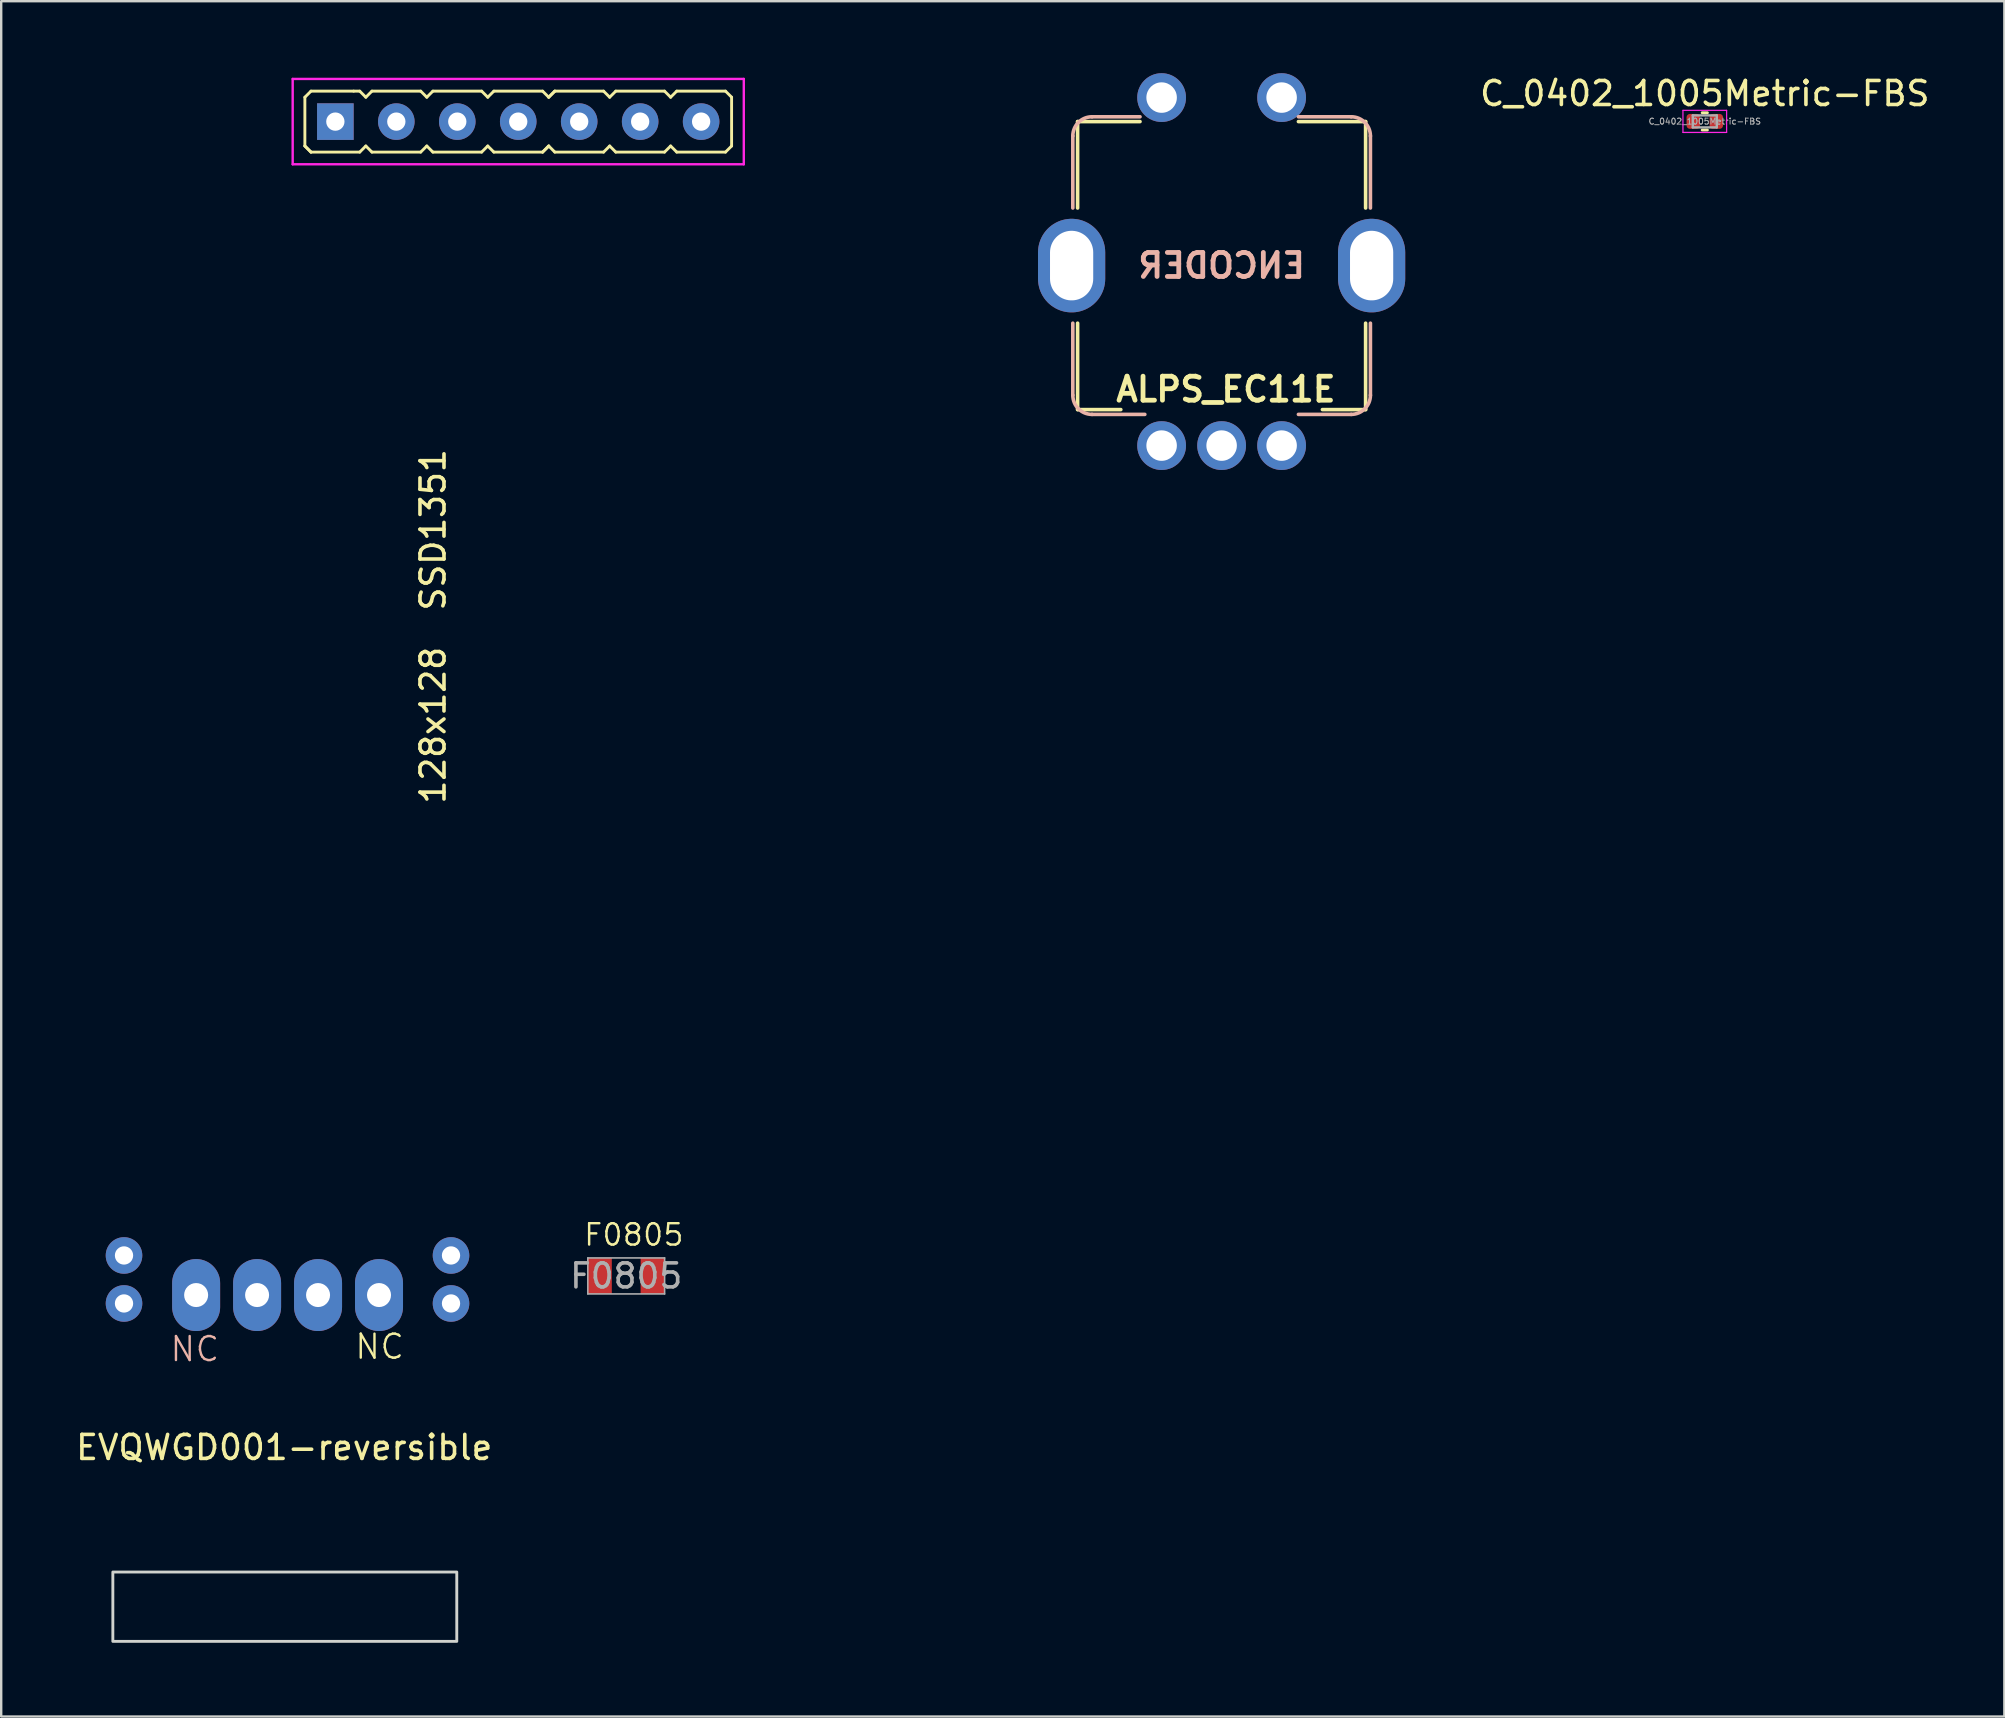
<source format=kicad_pcb>
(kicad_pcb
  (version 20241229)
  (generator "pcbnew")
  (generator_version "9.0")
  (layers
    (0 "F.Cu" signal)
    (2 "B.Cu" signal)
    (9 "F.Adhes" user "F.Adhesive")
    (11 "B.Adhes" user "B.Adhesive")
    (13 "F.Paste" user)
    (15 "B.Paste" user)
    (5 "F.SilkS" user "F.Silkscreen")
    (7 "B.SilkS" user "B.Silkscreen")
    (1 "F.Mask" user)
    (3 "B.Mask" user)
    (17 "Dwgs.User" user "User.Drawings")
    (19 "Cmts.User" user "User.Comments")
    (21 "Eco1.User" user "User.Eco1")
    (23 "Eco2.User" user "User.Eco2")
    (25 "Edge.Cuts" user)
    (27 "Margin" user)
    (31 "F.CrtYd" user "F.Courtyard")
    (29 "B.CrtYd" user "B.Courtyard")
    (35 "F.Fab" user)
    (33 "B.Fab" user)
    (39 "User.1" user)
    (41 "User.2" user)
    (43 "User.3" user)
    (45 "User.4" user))
  (footprint "F0805"
    (layer "F.Cu")
    (at 23.042 50.113)
    (property "Reference" "F0805" (at 0.318 -1.714 0) (layer "F.SilkS") (effects (font (size 0.889 0.889) (thickness 0.102))))
    (attr smd)
    (fp_line (start -1.6 -0.75) (end 1.6 -0.75) (stroke (width 0.066) (type solid)) (layer "F.Fab"))
    (fp_line (start -1.6 0.75) (end -1.6 -0.75) (stroke (width 0.066) (type solid)) (layer "F.Fab"))
    (fp_line (start -1.6 0.75) (end 1.6 0.75) (stroke (width 0.066) (type solid)) (layer "F.Fab"))
    (fp_line (start 1.6 0.75) (end 1.6 -0.75) (stroke (width 0.066) (type solid)) (layer "F.Fab"))
    (fp_text user "${REFERENCE}" (at 0 0 0) (layer "F.Fab") (effects (font (size 1 1) (thickness 0.15))))
    (pad "1" smd rect (at -1.1 0) (size 1 1.5) (layers "F.Cu" "F.Mask" "F.Paste"))
    (pad "2" smd rect (at 1.1 0) (size 1 1.5) (layers "F.Cu" "F.Mask" "F.Paste")))
  (footprint "ALPS_EC11E"
    (layer "F.Cu")
    (at 47.85 8.016)
    (property "Reference" "ALPS_EC11E" (at 0.178 5.156 180) (layer "F.SilkS") (effects (font (size 1 1) (thickness 0.2))))
    (fp_line (start -6 -6) (end -3.4 -6) (stroke (width 0.15) (type solid)) (layer "F.SilkS"))
    (fp_line (start -6 -2.4) (end -6 -6) (stroke (width 0.15) (type solid)) (layer "F.SilkS"))
    (fp_line (start -6 6) (end -6 2.4) (stroke (width 0.15) (type solid)) (layer "F.SilkS"))
    (fp_line (start -4.2 6) (end -6 6) (stroke (width 0.15) (type solid)) (layer "F.SilkS"))
    (fp_line (start 3.2 -6) (end 6 -6) (stroke (width 0.15) (type solid)) (layer "F.SilkS"))
    (fp_line (start 6 -6) (end 6 -2.4) (stroke (width 0.15) (type solid)) (layer "F.SilkS"))
    (fp_line (start 6 6) (end 4.2 6) (stroke (width 0.15) (type solid)) (layer "F.SilkS"))
    (fp_line (start 6 6) (end 6 2.4) (stroke (width 0.15) (type solid)) (layer "F.SilkS"))
    (fp_line (start -6.2 -2.4) (end -6.2 -5.4) (stroke (width 0.15) (type solid)) (layer "B.SilkS"))
    (fp_line (start -6.2 5.4) (end -6.2 2.4) (stroke (width 0.15) (type solid)) (layer "B.SilkS"))
    (fp_line (start -5.4 -6.2) (end -3.4 -6.2) (stroke (width 0.15) (type solid)) (layer "B.SilkS"))
    (fp_line (start -5.4 6.2) (end -3.2 6.2) (stroke (width 0.15) (type solid)) (layer "B.SilkS"))
    (fp_line (start 5.4 -6.2) (end 3.2 -6.2) (stroke (width 0.15) (type solid)) (layer "B.SilkS"))
    (fp_line (start 5.4 6.2) (end 3.2 6.2) (stroke (width 0.15) (type solid)) (layer "B.SilkS"))
    (fp_line (start 6.2 -2.4) (end 6.2 -5.4) (stroke (width 0.15) (type solid)) (layer "B.SilkS"))
    (fp_line (start 6.2 5.4) (end 6.2 2.4) (stroke (width 0.15) (type solid)) (layer "B.SilkS"))
    (fp_arc (start -6.2 -5.4) (mid -5.965685 -5.965685) (end -5.4 -6.2) (stroke (width 0.15) (type solid)) (layer "B.SilkS"))
    (fp_arc (start -5.4 6.2) (mid -5.965685 5.965685) (end -6.2 5.4) (stroke (width 0.15) (type solid)) (layer "B.SilkS"))
    (fp_arc (start 5.4 -6.2) (mid 5.965685 -5.965685) (end 6.2 -5.4) (stroke (width 0.15) (type solid)) (layer "B.SilkS"))
    (fp_arc (start 6.2 5.4) (mid 5.965685 5.965685) (end 5.4 6.2) (stroke (width 0.15) (type solid)) (layer "B.SilkS"))
    (fp_text user "ENCODER" (at 0 0 180) (layer "B.SilkS") (effects (font (size 1 1) (thickness 0.2)) (justify mirror)))
    (pad "" connect oval (at -6.25 0) (size 1.651 2.769) (layers "B.Mask"))
    (pad "" smd circle (at -2.5 -7) (size 1.016 1.016) (layers "B.Mask"))
    (pad "" smd circle (at -2.5 7.5) (size 1.016 1.016) (layers "B.Mask"))
    (pad "" smd circle (at 0 7.5) (size 1.016 1.016) (layers "B.Mask"))
    (pad "" smd circle (at 2.5 -7) (size 1.016 1.016) (layers "B.Mask"))
    (pad "" smd circle (at 2.5 7.5) (size 1.016 1.016) (layers "B.Mask"))
    (pad "" connect oval (at 6.25 0) (size 1.651 2.769) (layers "B.Mask"))
    (pad "A" thru_hole circle (at -2.5 7.5) (size 2.032 2.032) (drill 1.27) (layers "*.Cu" "*.Mask"))
    (pad "B" thru_hole circle (at 2.5 7.5) (size 2.032 2.032) (drill 1.27) (layers "*.Cu" "*.Mask"))
    (pad "C" thru_hole circle (at 0 7.5) (size 2.032 2.032) (drill 1.27) (layers "*.Cu" "*.Mask"))
    (pad "S" thru_hole oval (at -6.25 0) (size 2.8 3.9) (drill oval 1.8 2.9) (layers "*.Cu" "*.Mask"))
    (pad "S" thru_hole oval (at 6.25 0) (size 2.8 3.9) (drill oval 1.8 2.9) (layers "*.Cu" "*.Mask"))
    (pad "S1" thru_hole circle (at -2.5 -7) (size 2.032 2.032) (drill 1.27) (layers "*.Cu" "*.Mask"))
    (pad "S2" thru_hole circle (at 2.5 -7) (size 2.032 2.032) (drill 1.27) (layers "*.Cu" "*.Mask")))
  (footprint "C_0402_1005Metric-FBS"
    (layer "F.Cu")
    (at 67.982 2.008)
    (property "Reference" "C_0402_1005Metric-FBS" (at 0 -1.16 180) (layer "F.SilkS") (effects (font (size 1 1) (thickness 0.15))))
    (attr smd)
    (fp_line (start -0.108 -0.36) (end 0.108 -0.36) (stroke (width 0.12) (type solid)) (layer "F.SilkS"))
    (fp_line (start -0.108 0.36) (end 0.108 0.36) (stroke (width 0.12) (type solid)) (layer "F.SilkS"))
    (fp_line (start -0.91 -0.46) (end 0.91 -0.46) (stroke (width 0.05) (type solid)) (layer "F.CrtYd"))
    (fp_line (start -0.91 0.46) (end -0.91 -0.46) (stroke (width 0.05) (type solid)) (layer "F.CrtYd"))
    (fp_line (start 0.91 -0.46) (end 0.91 0.46) (stroke (width 0.05) (type solid)) (layer "F.CrtYd"))
    (fp_line (start 0.91 0.46) (end -0.91 0.46) (stroke (width 0.05) (type solid)) (layer "F.CrtYd"))
    (fp_line (start -0.5 -0.25) (end 0.5 -0.25) (stroke (width 0.1) (type solid)) (layer "F.Fab"))
    (fp_line (start -0.5 0.25) (end -0.5 -0.25) (stroke (width 0.1) (type solid)) (layer "F.Fab"))
    (fp_line (start 0.5 -0.25) (end 0.5 0.25) (stroke (width 0.1) (type solid)) (layer "F.Fab"))
    (fp_line (start 0.5 0.25) (end -0.5 0.25) (stroke (width 0.1) (type solid)) (layer "F.Fab"))
    (fp_text user "${REFERENCE}" (at 0 0 180) (layer "F.Fab") (effects (font (size 0.25 0.25) (thickness 0.04))))
    (pad "1" smd roundrect (at -0.48 0) (size 0.56 0.62) (layers "F.Cu" "F.Mask" "F.Paste") (roundrect_rratio 0.25))
    (pad "2" smd roundrect (at 0.48 0) (size 0.56 0.62) (layers "F.Cu" "F.Mask" "F.Paste") (roundrect_rratio 0.25)))
  (footprint "128x128  SSD1351"
    (layer "F.Cu")
    (at 18.55 23.05)
    (property "Reference" "128x128  SSD1351" (at -3.556 0 270) (layer "F.SilkS") (effects (font (size 1 1) (thickness 0.15))))
    (attr through_hole)
    (fp_line (start -8.897 -22.049) (end -8.897 -20.017) (stroke (width 0.12) (type solid)) (layer "F.SilkS"))
    (fp_line (start -8.643 -22.303) (end -8.897 -22.049) (stroke (width 0.12) (type solid)) (layer "F.SilkS"))
    (fp_line (start -8.643 -22.303) (end -6.865 -22.303) (stroke (width 0.12) (type solid)) (layer "F.SilkS"))
    (fp_line (start -8.643 -19.763) (end -8.897 -20.017) (stroke (width 0.12) (type solid)) (layer "F.SilkS"))
    (fp_line (start -8.643 -19.763) (end -8.897 -20.017) (stroke (width 0.12) (type solid)) (layer "F.SilkS"))
    (fp_line (start -6.865 -22.303) (end -6.611 -22.303) (stroke (width 0.12) (type solid)) (layer "F.SilkS"))
    (fp_line (start -6.611 -22.303) (end -6.357 -22.049) (stroke (width 0.12) (type solid)) (layer "F.SilkS"))
    (fp_line (start -6.611 -19.763) (end -8.643 -19.763) (stroke (width 0.12) (type solid)) (layer "F.SilkS"))
    (fp_line (start -6.357 -22.049) (end -6.103 -22.303) (stroke (width 0.12) (type solid)) (layer "F.SilkS"))
    (fp_line (start -6.357 -20.017) (end -6.611 -19.763) (stroke (width 0.12) (type solid)) (layer "F.SilkS"))
    (fp_line (start -6.103 -22.303) (end -4.071 -22.303) (stroke (width 0.12) (type solid)) (layer "F.SilkS"))
    (fp_line (start -6.103 -19.763) (end -6.357 -20.017) (stroke (width 0.12) (type solid)) (layer "F.SilkS"))
    (fp_line (start -4.071 -22.303) (end -3.817 -22.049) (stroke (width 0.12) (type solid)) (layer "F.SilkS"))
    (fp_line (start -4.071 -19.763) (end -6.103 -19.763) (stroke (width 0.12) (type solid)) (layer "F.SilkS"))
    (fp_line (start -3.817 -22.049) (end -3.563 -22.303) (stroke (width 0.12) (type solid)) (layer "F.SilkS"))
    (fp_line (start -3.817 -20.017) (end -4.071 -19.763) (stroke (width 0.12) (type solid)) (layer "F.SilkS"))
    (fp_line (start -3.563 -22.303) (end -1.531 -22.303) (stroke (width 0.12) (type solid)) (layer "F.SilkS"))
    (fp_line (start -3.563 -19.763) (end -3.817 -20.017) (stroke (width 0.12) (type solid)) (layer "F.SilkS"))
    (fp_line (start -1.531 -22.303) (end -1.277 -22.049) (stroke (width 0.12) (type solid)) (layer "F.SilkS"))
    (fp_line (start -1.531 -19.763) (end -3.563 -19.763) (stroke (width 0.12) (type solid)) (layer "F.SilkS"))
    (fp_line (start -1.277 -22.049) (end -1.023 -22.303) (stroke (width 0.12) (type solid)) (layer "F.SilkS"))
    (fp_line (start -1.277 -20.017) (end -1.531 -19.763) (stroke (width 0.12) (type solid)) (layer "F.SilkS"))
    (fp_line (start -1.023 -22.303) (end 1.009 -22.303) (stroke (width 0.12) (type solid)) (layer "F.SilkS"))
    (fp_line (start -1.023 -19.763) (end -1.277 -20.017) (stroke (width 0.12) (type solid)) (layer "F.SilkS"))
    (fp_line (start 1.009 -22.303) (end 1.263 -22.049) (stroke (width 0.12) (type solid)) (layer "F.SilkS"))
    (fp_line (start 1.009 -19.763) (end -1.023 -19.763) (stroke (width 0.12) (type solid)) (layer "F.SilkS"))
    (fp_line (start 1.263 -22.049) (end 1.517 -22.303) (stroke (width 0.12) (type solid)) (layer "F.SilkS"))
    (fp_line (start 1.263 -22.049) (end 1.517 -22.303) (stroke (width 0.12) (type solid)) (layer "F.SilkS"))
    (fp_line (start 1.263 -20.017) (end 1.009 -19.763) (stroke (width 0.12) (type solid)) (layer "F.SilkS"))
    (fp_line (start 1.263 -20.017) (end 1.009 -19.763) (stroke (width 0.12) (type solid)) (layer "F.SilkS"))
    (fp_line (start 1.517 -22.303) (end 3.549 -22.303) (stroke (width 0.12) (type solid)) (layer "F.SilkS"))
    (fp_line (start 1.517 -19.763) (end 1.263 -20.017) (stroke (width 0.12) (type solid)) (layer "F.SilkS"))
    (fp_line (start 3.549 -22.303) (end 3.803 -22.049) (stroke (width 0.12) (type solid)) (layer "F.SilkS"))
    (fp_line (start 3.549 -19.763) (end 1.517 -19.763) (stroke (width 0.12) (type solid)) (layer "F.SilkS"))
    (fp_line (start 3.803 -22.049) (end 4.057 -22.303) (stroke (width 0.12) (type solid)) (layer "F.SilkS"))
    (fp_line (start 3.803 -20.017) (end 3.549 -19.763) (stroke (width 0.12) (type solid)) (layer "F.SilkS"))
    (fp_line (start 4.057 -22.303) (end 6.089 -22.303) (stroke (width 0.12) (type solid)) (layer "F.SilkS"))
    (fp_line (start 4.057 -19.763) (end 3.803 -20.017) (stroke (width 0.12) (type solid)) (layer "F.SilkS"))
    (fp_line (start 6.089 -19.763) (end 4.057 -19.763) (stroke (width 0.12) (type solid)) (layer "F.SilkS"))
    (fp_line (start 6.343 -22.049) (end 6.089 -22.303) (stroke (width 0.12) (type solid)) (layer "F.SilkS"))
    (fp_line (start 6.343 -22.049) (end 6.597 -22.303) (stroke (width 0.12) (type solid)) (layer "F.SilkS"))
    (fp_line (start 6.343 -20.017) (end 6.089 -19.763) (stroke (width 0.12) (type solid)) (layer "F.SilkS"))
    (fp_line (start 6.597 -22.303) (end 8.629 -22.303) (stroke (width 0.12) (type solid)) (layer "F.SilkS"))
    (fp_line (start 6.597 -19.763) (end 6.343 -20.017) (stroke (width 0.12) (type solid)) (layer "F.SilkS"))
    (fp_line (start 8.629 -22.303) (end 8.883 -22.049) (stroke (width 0.12) (type solid)) (layer "F.SilkS"))
    (fp_line (start 8.629 -19.763) (end 6.597 -19.763) (stroke (width 0.12) (type solid)) (layer "F.SilkS"))
    (fp_line (start 8.883 -22.049) (end 8.883 -20.017) (stroke (width 0.12) (type solid)) (layer "F.SilkS"))
    (fp_line (start 8.883 -20.017) (end 8.629 -19.763) (stroke (width 0.12) (type solid)) (layer "F.SilkS"))
    (fp_line (start -18.45 -21.45) (end -18.45 20.05) (stroke (width 0.2) (type solid)) (layer "Eco1.User"))
    (fp_line (start -16.95 21.55) (end 17.05 21.55) (stroke (width 0.2) (type solid)) (layer "Eco1.User"))
    (fp_line (start 0.05 -22.95) (end 0.05 21.55) (stroke (width 0.2) (type solid)) (layer "Eco1.User"))
    (fp_line (start 17.05 -22.95) (end -16.95 -22.95) (stroke (width 0.2) (type solid)) (layer "Eco1.User"))
    (fp_line (start 18.55 20.05) (end 18.55 -21.45) (stroke (width 0.2) (type solid)) (layer "Eco1.User"))
    (fp_arc (start -18.45 -21.45) (mid -18.01066 -22.51066) (end -16.95 -22.95) (stroke (width 0.2) (type solid)) (layer "Eco1.User"))
    (fp_arc (start -16.95 21.55) (mid -18.01066 21.11066) (end -18.45 20.05) (stroke (width 0.2) (type solid)) (layer "Eco1.User"))
    (fp_arc (start 17.05 -22.95) (mid 18.11066 -22.51066) (end 18.55 -21.45) (stroke (width 0.2) (type solid)) (layer "Eco1.User"))
    (fp_arc (start 18.55 20.05) (mid 18.11066 21.11066) (end 17.05 21.55) (stroke (width 0.2) (type solid)) (layer "Eco1.User"))
    (fp_circle (center -15.95 -20.45) (end -15.95 -18.75) (stroke (width 0.2) (type solid)) (fill no) (layer "Eco1.User"))
    (fp_circle (center -15.95 19.05) (end -15.95 20.75) (stroke (width 0.2) (type solid)) (fill no) (layer "Eco1.User"))
    (fp_circle (center 16.05 -20.45) (end 16.05 -18.75) (stroke (width 0.2) (type solid)) (fill no) (layer "Eco1.User"))
    (fp_circle (center 16.05 19.05) (end 16.05 20.75) (stroke (width 0.2) (type solid)) (fill no) (layer "Eco1.User"))
    (fp_line (start -9.405 -22.811) (end -9.405 -19.255) (stroke (width 0.1) (type solid)) (layer "F.CrtYd"))
    (fp_line (start -9.405 -22.811) (end 9.391 -22.811) (stroke (width 0.1) (type solid)) (layer "F.CrtYd"))
    (fp_line (start 9.391 -19.255) (end -9.405 -19.255) (stroke (width 0.1) (type solid)) (layer "F.CrtYd"))
    (fp_line (start 9.391 -19.255) (end 9.391 -22.811) (stroke (width 0.1) (type solid)) (layer "F.CrtYd"))
    (pad "1" thru_hole rect (at -7.627 -21.033 90) (size 1.524 1.524) (drill 0.762) (layers "*.Cu" "*.Mask"))
    (pad "2" thru_hole oval (at -5.087 -21.033 90) (size 1.524 1.524) (drill 0.762) (layers "*.Cu" "*.Mask"))
    (pad "3" thru_hole oval (at -2.547 -21.033 90) (size 1.524 1.524) (drill 0.762) (layers "*.Cu" "*.Mask"))
    (pad "4" thru_hole oval (at -0.007 -21.033 90) (size 1.524 1.524) (drill 0.762) (layers "*.Cu" "*.Mask"))
    (pad "5" thru_hole oval (at 2.533 -21.033 90) (size 1.524 1.524) (drill 0.762) (layers "*.Cu" "*.Mask"))
    (pad "6" thru_hole oval (at 5.073 -21.033 90) (size 1.524 1.524) (drill 0.762) (layers "*.Cu" "*.Mask"))
    (pad "7" thru_hole oval (at 7.613 -21.033 90) (size 1.524 1.524) (drill 0.762) (layers "*.Cu" "*.Mask")))
  (footprint "EVQWGD001-reversible"
    (layer "F.Cu")
    (at 8.792 56.76)
    (property "Reference" "EVQWGD001-reversible" (at 0 0.5 180) (layer "F.SilkS") (effects (font (size 1 1) (thickness 0.15))))
    (fp_line (start -8 -9) (end -7.95 8.45) (stroke (width 0.12) (type solid)) (layer "Eco2.User"))
    (fp_line (start -7.95 8.45) (end 7.95 8.45) (stroke (width 0.12) (type solid)) (layer "Eco2.User"))
    (fp_line (start 8 -9) (end -8 -9) (stroke (width 0.12) (type solid)) (layer "Eco2.User"))
    (fp_line (start 8 -9) (end 7.95 8.45) (stroke (width 0.12) (type solid)) (layer "Eco2.User"))
    (fp_rect (start -7.14 5.69) (end 7.19 8.58) (stroke (width 0.12) (type solid)) (fill no) (layer "Edge.Cuts"))
    (fp_rect (start -7.14 5.66) (end 7.18 8.65) (stroke (width 0.12) (type solid)) (fill no) (layer "User.2"))
    (fp_text user "NC" (at 3.975 -3.7 0) (unlocked yes) (layer "F.SilkS") (effects (font (size 1 1) (thickness 0.1))))
    (fp_text user "NC" (at -3.725 -3.6 0) (unlocked yes) (layer "B.SilkS") (effects (font (size 1 1) (thickness 0.1))))
    (pad "A" thru_hole oval (at 3.95 -5.85) (size 2 3) (drill 1) (layers "*.Cu" "*.Mask"))
    (pad "B" thru_hole oval (at 1.41 -5.85) (size 2 3) (drill 1) (layers "*.Cu" "*.Mask"))
    (pad "C" thru_hole oval (at -1.13 -5.85) (size 2 3) (drill 1) (layers "*.Cu" "*.Mask"))
    (pad "D" thru_hole oval (at -3.67 -5.85) (size 2 3) (drill 1) (layers "*.Cu" "*.Mask"))
    (pad "S1" thru_hole circle (at -6.675 -7.5) (size 1.524 1.524) (drill 0.762) (layers "*.Cu" "*.Mask"))
    (pad "S1" thru_hole circle (at 6.95 -7.5) (size 1.524 1.524) (drill 0.762) (layers "*.Cu" "*.Mask"))
    (pad "S2" thru_hole oval (at -6.675 -5.5) (size 1.524 1.524) (drill 0.762) (layers "*.Cu" "*.Mask"))
    (pad "S2" thru_hole oval (at 6.95 -5.5) (size 1.524 1.524) (drill 0.762) (layers "*.Cu" "*.Mask")))
  (gr_rect
    (start -3 -3)
    (end 80.464 68.47)
    (stroke (width 0.1) (type default))
    (fill no)
    (layer "Edge.Cuts")))
</source>
